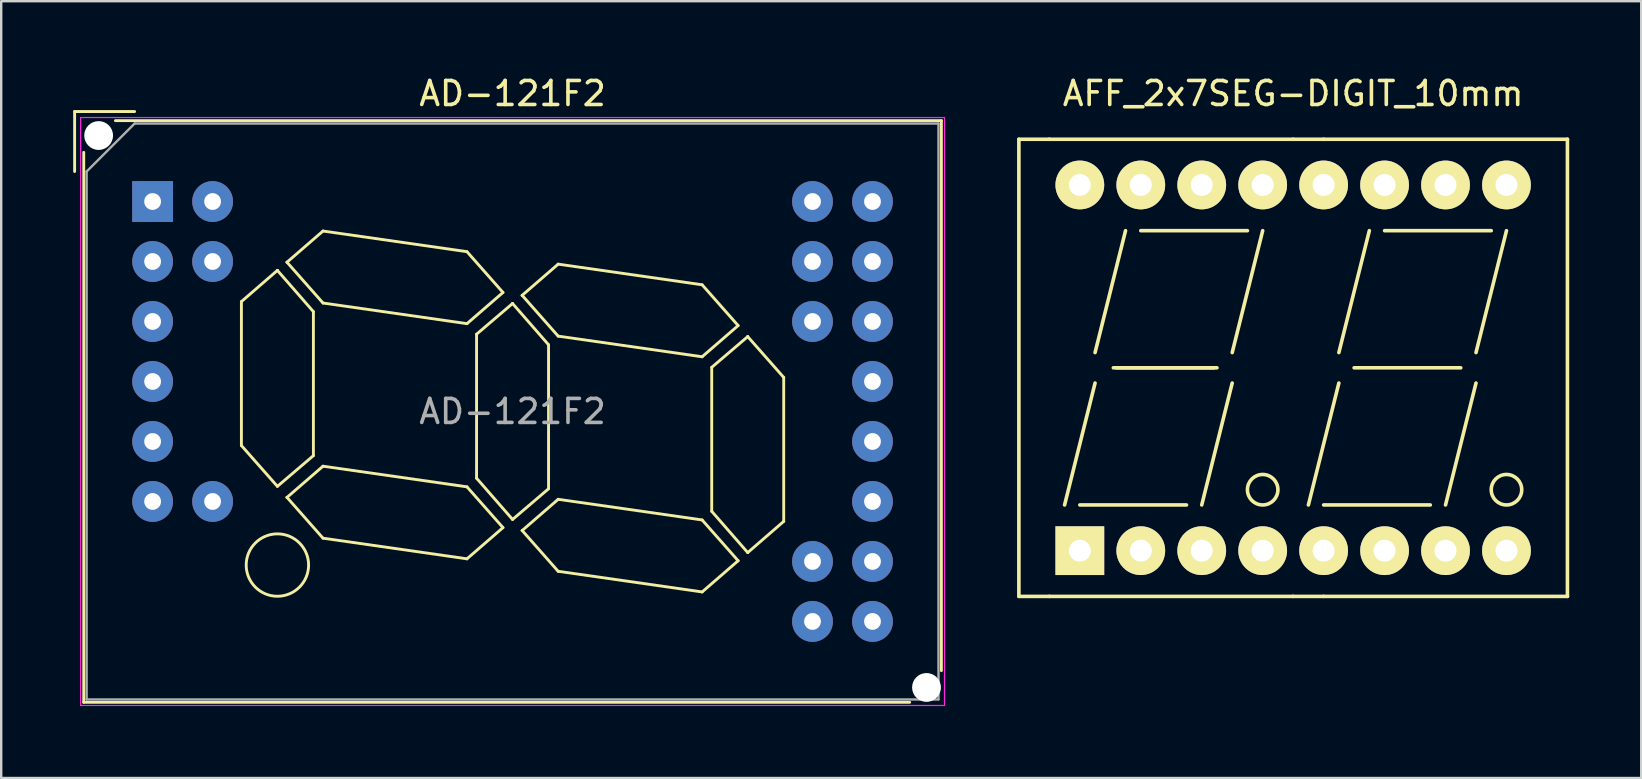
<source format=kicad_pcb>
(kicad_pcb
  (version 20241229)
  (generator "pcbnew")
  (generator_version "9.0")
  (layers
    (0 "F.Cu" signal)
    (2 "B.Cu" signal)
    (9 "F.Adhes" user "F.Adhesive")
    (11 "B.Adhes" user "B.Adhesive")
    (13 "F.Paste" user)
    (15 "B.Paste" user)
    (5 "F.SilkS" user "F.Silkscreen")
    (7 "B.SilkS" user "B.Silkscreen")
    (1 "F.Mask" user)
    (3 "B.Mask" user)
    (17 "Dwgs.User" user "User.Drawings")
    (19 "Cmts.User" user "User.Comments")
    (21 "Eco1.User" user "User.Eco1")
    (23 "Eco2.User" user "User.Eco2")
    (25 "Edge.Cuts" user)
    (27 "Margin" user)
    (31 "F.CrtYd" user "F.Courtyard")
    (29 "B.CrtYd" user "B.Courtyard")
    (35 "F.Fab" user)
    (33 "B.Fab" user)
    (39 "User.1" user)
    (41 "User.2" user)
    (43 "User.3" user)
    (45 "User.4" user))
  (footprint "AD-121F2"
    (layer "F.Cu")
    (at 3.31 5.348)
    (property "Reference" "AD-121F2" (at 15 -4.5 0) (layer "F.SilkS") (effects (font (size 1 1) (thickness 0.15))))
    (attr through_hole)
    (fp_line (start -3.25 -3.75) (end -0.75 -3.75) (stroke (width 0.12) (type solid)) (layer "F.SilkS"))
    (fp_line (start -3.25 -1.25) (end -3.25 -3.75) (stroke (width 0.12) (type solid)) (layer "F.SilkS"))
    (fp_line (start -2.87 20.87) (end -2.87 -2.05) (stroke (width 0.12) (type solid)) (layer "F.SilkS"))
    (fp_line (start -1.55 -3.37) (end 32.87 -3.37) (stroke (width 0.12) (type solid)) (layer "F.SilkS"))
    (fp_line (start 3.7 4.17) (end 5.2 2.87) (stroke (width 0.12) (type solid)) (layer "F.SilkS"))
    (fp_line (start 3.7 10.17) (end 3.7 4.17) (stroke (width 0.12) (type solid)) (layer "F.SilkS"))
    (fp_line (start 5.2 2.87) (end 5.2 2.87) (stroke (width 0.12) (type solid)) (layer "F.SilkS"))
    (fp_line (start 5.2 2.87) (end 6.7 4.59) (stroke (width 0.12) (type solid)) (layer "F.SilkS"))
    (fp_line (start 5.2 11.87) (end 3.7 10.17) (stroke (width 0.12) (type solid)) (layer "F.SilkS"))
    (fp_line (start 5.6 2.53) (end 5.6 2.53) (stroke (width 0.12) (type solid)) (layer "F.SilkS"))
    (fp_line (start 5.6 2.53) (end 7.1 4.23) (stroke (width 0.12) (type solid)) (layer "F.SilkS"))
    (fp_line (start 5.6 12.33) (end 5.6 12.33) (stroke (width 0.12) (type solid)) (layer "F.SilkS"))
    (fp_line (start 5.6 12.33) (end 7.1 14.03) (stroke (width 0.12) (type solid)) (layer "F.SilkS"))
    (fp_line (start 6.7 4.59) (end 6.7 10.59) (stroke (width 0.12) (type solid)) (layer "F.SilkS"))
    (fp_line (start 6.7 10.59) (end 5.2 11.87) (stroke (width 0.12) (type solid)) (layer "F.SilkS"))
    (fp_line (start 7.1 1.23) (end 5.6 2.53) (stroke (width 0.12) (type solid)) (layer "F.SilkS"))
    (fp_line (start 7.1 4.23) (end 13.1 5.09) (stroke (width 0.12) (type solid)) (layer "F.SilkS"))
    (fp_line (start 7.1 11.03) (end 5.6 12.33) (stroke (width 0.12) (type solid)) (layer "F.SilkS"))
    (fp_line (start 7.1 14.03) (end 13.1 14.89) (stroke (width 0.12) (type solid)) (layer "F.SilkS"))
    (fp_line (start 13.1 2.09) (end 7.1 1.23) (stroke (width 0.12) (type solid)) (layer "F.SilkS"))
    (fp_line (start 13.1 5.09) (end 14.6 3.79) (stroke (width 0.12) (type solid)) (layer "F.SilkS"))
    (fp_line (start 13.1 11.89) (end 7.1 11.03) (stroke (width 0.12) (type solid)) (layer "F.SilkS"))
    (fp_line (start 13.1 14.89) (end 14.6 13.59) (stroke (width 0.12) (type solid)) (layer "F.SilkS"))
    (fp_line (start 13.5 5.53) (end 15 4.25) (stroke (width 0.12) (type solid)) (layer "F.SilkS"))
    (fp_line (start 13.5 11.53) (end 13.5 5.53) (stroke (width 0.12) (type solid)) (layer "F.SilkS"))
    (fp_line (start 14.6 3.79) (end 13.1 2.09) (stroke (width 0.12) (type solid)) (layer "F.SilkS"))
    (fp_line (start 14.6 13.59) (end 13.1 11.89) (stroke (width 0.12) (type solid)) (layer "F.SilkS"))
    (fp_line (start 15 4.25) (end 15 4.25) (stroke (width 0.12) (type solid)) (layer "F.SilkS"))
    (fp_line (start 15 4.25) (end 16.5 5.97) (stroke (width 0.12) (type solid)) (layer "F.SilkS"))
    (fp_line (start 15 13.25) (end 13.5 11.53) (stroke (width 0.12) (type solid)) (layer "F.SilkS"))
    (fp_line (start 15.4 3.91) (end 15.4 3.91) (stroke (width 0.12) (type solid)) (layer "F.SilkS"))
    (fp_line (start 15.4 3.91) (end 16.9 5.61) (stroke (width 0.12) (type solid)) (layer "F.SilkS"))
    (fp_line (start 15.4 13.71) (end 15.4 13.71) (stroke (width 0.12) (type solid)) (layer "F.SilkS"))
    (fp_line (start 15.4 13.71) (end 16.9 15.41) (stroke (width 0.12) (type solid)) (layer "F.SilkS"))
    (fp_line (start 16.5 5.97) (end 16.5 11.97) (stroke (width 0.12) (type solid)) (layer "F.SilkS"))
    (fp_line (start 16.5 11.97) (end 15 13.25) (stroke (width 0.12) (type solid)) (layer "F.SilkS"))
    (fp_line (start 16.9 2.61) (end 15.4 3.91) (stroke (width 0.12) (type solid)) (layer "F.SilkS"))
    (fp_line (start 16.9 5.61) (end 22.9 6.47) (stroke (width 0.12) (type solid)) (layer "F.SilkS"))
    (fp_line (start 16.9 12.41) (end 15.4 13.71) (stroke (width 0.12) (type solid)) (layer "F.SilkS"))
    (fp_line (start 16.9 15.41) (end 22.9 16.27) (stroke (width 0.12) (type solid)) (layer "F.SilkS"))
    (fp_line (start 22.9 3.47) (end 16.9 2.61) (stroke (width 0.12) (type solid)) (layer "F.SilkS"))
    (fp_line (start 22.9 6.47) (end 24.4 5.17) (stroke (width 0.12) (type solid)) (layer "F.SilkS"))
    (fp_line (start 22.9 13.27) (end 16.9 12.41) (stroke (width 0.12) (type solid)) (layer "F.SilkS"))
    (fp_line (start 22.9 16.27) (end 24.4 14.97) (stroke (width 0.12) (type solid)) (layer "F.SilkS"))
    (fp_line (start 23.3 6.91) (end 24.8 5.63) (stroke (width 0.12) (type solid)) (layer "F.SilkS"))
    (fp_line (start 23.3 12.91) (end 23.3 6.91) (stroke (width 0.12) (type solid)) (layer "F.SilkS"))
    (fp_line (start 24.4 5.17) (end 22.9 3.47) (stroke (width 0.12) (type solid)) (layer "F.SilkS"))
    (fp_line (start 24.4 14.97) (end 22.9 13.27) (stroke (width 0.12) (type solid)) (layer "F.SilkS"))
    (fp_line (start 24.8 5.63) (end 24.8 5.63) (stroke (width 0.12) (type solid)) (layer "F.SilkS"))
    (fp_line (start 24.8 5.63) (end 26.3 7.33) (stroke (width 0.12) (type solid)) (layer "F.SilkS"))
    (fp_line (start 24.8 14.63) (end 23.3 12.91) (stroke (width 0.12) (type solid)) (layer "F.SilkS"))
    (fp_line (start 26.3 7.33) (end 26.3 13.33) (stroke (width 0.12) (type solid)) (layer "F.SilkS"))
    (fp_line (start 26.3 13.33) (end 24.8 14.63) (stroke (width 0.12) (type solid)) (layer "F.SilkS"))
    (fp_line (start 31.55 20.87) (end -2.87 20.87) (stroke (width 0.12) (type solid)) (layer "F.SilkS"))
    (fp_line (start 32.87 -3.37) (end 32.87 19.55) (stroke (width 0.12) (type solid)) (layer "F.SilkS"))
    (fp_circle (center 5.2 15.15) (end 6.5 15.15) (stroke (width 0.12) (type solid)) (fill no) (layer "F.SilkS"))
    (fp_line (start -3 -3.5) (end -3 21) (stroke (width 0.05) (type solid)) (layer "F.CrtYd"))
    (fp_line (start -3 21) (end 33 21) (stroke (width 0.05) (type solid)) (layer "F.CrtYd"))
    (fp_line (start 33 -3.5) (end -3 -3.5) (stroke (width 0.05) (type solid)) (layer "F.CrtYd"))
    (fp_line (start 33 21) (end 33 -3.5) (stroke (width 0.05) (type solid)) (layer "F.CrtYd"))
    (fp_line (start -2.75 -1.25) (end -0.75 -3.25) (stroke (width 0.1) (type solid)) (layer "F.Fab"))
    (fp_line (start -2.75 20.75) (end -2.75 -1.25) (stroke (width 0.1) (type solid)) (layer "F.Fab"))
    (fp_line (start -0.75 -3.25) (end 32.75 -3.25) (stroke (width 0.1) (type solid)) (layer "F.Fab"))
    (fp_line (start 32.75 -3.25) (end 32.75 20.75) (stroke (width 0.1) (type solid)) (layer "F.Fab"))
    (fp_line (start 32.75 20.75) (end -2.75 20.75) (stroke (width 0.1) (type solid)) (layer "F.Fab"))
    (fp_text user "${REFERENCE}" (at 15 8.75 0) (layer "F.Fab") (effects (font (size 1 1) (thickness 0.15))))
    (pad "" np_thru_hole circle (at -2.25 -2.75) (size 1.2 1.2) (drill 1.2) (layers "*.Cu" "*.Mask"))
    (pad "" np_thru_hole circle (at 32.25 20.25) (size 1.2 1.2) (drill 1.2) (layers "*.Cu" "*.Mask"))
    (pad "1" thru_hole rect (at 0 0) (size 1.7 1.7) (drill 0.7) (layers "*.Cu" "*.Mask"))
    (pad "2" thru_hole circle (at 0 2.5) (size 1.7 1.7) (drill 0.7) (layers "*.Cu" "*.Mask"))
    (pad "3" thru_hole circle (at 0 5) (size 1.7 1.7) (drill 0.7) (layers "*.Cu" "*.Mask"))
    (pad "4" thru_hole circle (at 0 7.5) (size 1.7 1.7) (drill 0.7) (layers "*.Cu" "*.Mask"))
    (pad "5" thru_hole circle (at 0 10) (size 1.7 1.7) (drill 0.7) (layers "*.Cu" "*.Mask"))
    (pad "6" thru_hole circle (at 0 12.5) (size 1.7 1.7) (drill 0.7) (layers "*.Cu" "*.Mask"))
    (pad "9" thru_hole circle (at 2.5 0) (size 1.7 1.7) (drill 0.7) (layers "*.Cu" "*.Mask"))
    (pad "10" thru_hole circle (at 2.5 2.5) (size 1.7 1.7) (drill 0.7) (layers "*.Cu" "*.Mask"))
    (pad "11" thru_hole circle (at 2.5 12.5) (size 1.7 1.7) (drill 0.7) (layers "*.Cu" "*.Mask"))
    (pad "13" thru_hole circle (at 27.5 0) (size 1.7 1.7) (drill 0.7) (layers "*.Cu" "*.Mask"))
    (pad "14" thru_hole circle (at 27.5 2.5) (size 1.7 1.7) (drill 0.7) (layers "*.Cu" "*.Mask"))
    (pad "15" thru_hole circle (at 27.5 5) (size 1.7 1.7) (drill 0.7) (layers "*.Cu" "*.Mask"))
    (pad "16" thru_hole circle (at 27.5 15) (size 1.7 1.7) (drill 0.7) (layers "*.Cu" "*.Mask"))
    (pad "17" thru_hole circle (at 27.5 17.5) (size 1.7 1.7) (drill 0.7) (layers "*.Cu" "*.Mask"))
    (pad "18" thru_hole circle (at 30 0) (size 1.7 1.7) (drill 0.7) (layers "*.Cu" "*.Mask"))
    (pad "19" thru_hole circle (at 30 2.5) (size 1.7 1.7) (drill 0.7) (layers "*.Cu" "*.Mask"))
    (pad "20" thru_hole circle (at 30 5) (size 1.7 1.7) (drill 0.7) (layers "*.Cu" "*.Mask"))
    (pad "21" thru_hole circle (at 30 7.5) (size 1.7 1.7) (drill 0.7) (layers "*.Cu" "*.Mask"))
    (pad "22" thru_hole circle (at 30 10) (size 1.7 1.7) (drill 0.7) (layers "*.Cu" "*.Mask"))
    (pad "23" thru_hole circle (at 30 12.5) (size 1.7 1.7) (drill 0.7) (layers "*.Cu" "*.Mask"))
    (pad "24" thru_hole circle (at 30 15) (size 1.7 1.7) (drill 0.7) (layers "*.Cu" "*.Mask"))
    (pad "25" thru_hole circle (at 30 17.5) (size 1.7 1.7) (drill 0.7) (layers "*.Cu" "*.Mask")))
  (footprint "AFF_2x7SEG-DIGIT_10mm"
    (layer "F.Cu")
    (at 50.84 12.278)
    (property "Reference" "AFF_2x7SEG-DIGIT_10mm" (at 0 -11.43 0) (layer "F.SilkS") (effects (font (size 1 1) (thickness 0.15))))
    (attr through_hole)
    (fp_line (start -11.43 -9.525) (end -11.43 9.525) (stroke (width 0.15) (type solid)) (layer "F.SilkS"))
    (fp_line (start -11.43 9.525) (end -10.16 9.525) (stroke (width 0.15) (type solid)) (layer "F.SilkS"))
    (fp_line (start -10.16 -9.525) (end -11.43 -9.525) (stroke (width 0.15) (type solid)) (layer "F.SilkS"))
    (fp_line (start -10.16 9.525) (end 0 9.525) (stroke (width 0.15) (type solid)) (layer "F.SilkS"))
    (fp_line (start -8.89 5.715) (end -4.445 5.715) (stroke (width 0.15) (type solid)) (layer "F.SilkS"))
    (fp_line (start -8.255 -0.635) (end -6.985 -5.715) (stroke (width 0.15) (type solid)) (layer "F.SilkS"))
    (fp_line (start -8.255 0.635) (end -9.525 5.715) (stroke (width 0.15) (type solid)) (layer "F.SilkS"))
    (fp_line (start -7.493 0) (end -3.175 0) (stroke (width 0.15) (type solid)) (layer "F.SilkS"))
    (fp_line (start -7.366 0) (end -3.302 0) (stroke (width 0.15) (type solid)) (layer "F.SilkS"))
    (fp_line (start -6.35 -5.715) (end -1.905 -5.715) (stroke (width 0.15) (type solid)) (layer "F.SilkS"))
    (fp_line (start -2.54 -0.635) (end -1.27 -5.715) (stroke (width 0.15) (type solid)) (layer "F.SilkS"))
    (fp_line (start -2.54 0.635) (end -3.81 5.715) (stroke (width 0.15) (type solid)) (layer "F.SilkS"))
    (fp_line (start 0 -9.525) (end -10.16 -9.525) (stroke (width 0.15) (type solid)) (layer "F.SilkS"))
    (fp_line (start 0 9.525) (end 1.27 9.525) (stroke (width 0.15) (type solid)) (layer "F.SilkS"))
    (fp_line (start 0.635 5.715) (end 1.905 0.635) (stroke (width 0.15) (type solid)) (layer "F.SilkS"))
    (fp_line (start 1.27 -9.525) (end 0 -9.525) (stroke (width 0.15) (type solid)) (layer "F.SilkS"))
    (fp_line (start 1.27 -9.525) (end 11.43 -9.525) (stroke (width 0.15) (type solid)) (layer "F.SilkS"))
    (fp_line (start 1.27 5.715) (end 5.715 5.715) (stroke (width 0.15) (type solid)) (layer "F.SilkS"))
    (fp_line (start 1.905 -0.635) (end 3.175 -5.715) (stroke (width 0.15) (type solid)) (layer "F.SilkS"))
    (fp_line (start 2.54 0) (end 6.985 0) (stroke (width 0.15) (type solid)) (layer "F.SilkS"))
    (fp_line (start 3.81 -5.715) (end 8.255 -5.715) (stroke (width 0.15) (type solid)) (layer "F.SilkS"))
    (fp_line (start 7.62 -0.635) (end 8.89 -5.715) (stroke (width 0.15) (type solid)) (layer "F.SilkS"))
    (fp_line (start 7.62 0.635) (end 6.35 5.715) (stroke (width 0.15) (type solid)) (layer "F.SilkS"))
    (fp_line (start 11.43 -9.525) (end 11.43 9.525) (stroke (width 0.15) (type solid)) (layer "F.SilkS"))
    (fp_line (start 11.43 9.525) (end 1.27 9.525) (stroke (width 0.15) (type solid)) (layer "F.SilkS"))
    (fp_circle (center -1.27 5.08) (end -0.635 5.08) (stroke (width 0.15) (type solid)) (fill no) (layer "F.SilkS"))
    (fp_circle (center 8.89 5.08) (end 9.525 5.08) (stroke (width 0.15) (type solid)) (fill no) (layer "F.SilkS"))
    (pad "1" thru_hole rect (at -8.89 7.62) (size 2.032 2.032) (drill 0.914) (layers "*.Cu" "*.Mask" "F.SilkS"))
    (pad "2" thru_hole circle (at -6.35 7.62) (size 2.032 2.032) (drill 0.914) (layers "*.Cu" "*.Mask" "F.SilkS"))
    (pad "3" thru_hole circle (at -3.81 7.62) (size 2.032 2.032) (drill 0.914) (layers "*.Cu" "*.Mask" "F.SilkS"))
    (pad "4" thru_hole circle (at -1.27 7.62) (size 2.032 2.032) (drill 0.914) (layers "*.Cu" "*.Mask" "F.SilkS"))
    (pad "5" thru_hole circle (at 1.27 7.62) (size 2.032 2.032) (drill 0.914) (layers "*.Cu" "*.Mask" "F.SilkS"))
    (pad "6" thru_hole circle (at 3.81 7.62) (size 2.032 2.032) (drill 0.914) (layers "*.Cu" "*.Mask" "F.SilkS"))
    (pad "7" thru_hole circle (at 6.35 7.62) (size 2.032 2.032) (drill 0.914) (layers "*.Cu" "*.Mask" "F.SilkS"))
    (pad "8" thru_hole circle (at 8.89 7.62) (size 2.032 2.032) (drill 0.914) (layers "*.Cu" "*.Mask" "F.SilkS"))
    (pad "9" thru_hole circle (at 8.89 -7.62) (size 2.032 2.032) (drill 0.914) (layers "*.Cu" "*.Mask" "F.SilkS"))
    (pad "10" thru_hole circle (at 6.35 -7.62) (size 2.032 2.032) (drill 0.914) (layers "*.Cu" "*.Mask" "F.SilkS"))
    (pad "11" thru_hole circle (at 3.81 -7.62) (size 2.032 2.032) (drill 0.914) (layers "*.Cu" "*.Mask" "F.SilkS"))
    (pad "12" thru_hole circle (at 1.27 -7.62) (size 2.032 2.032) (drill 0.914) (layers "*.Cu" "*.Mask" "F.SilkS"))
    (pad "13" thru_hole circle (at -1.27 -7.62) (size 2.032 2.032) (drill 0.914) (layers "*.Cu" "*.Mask" "F.SilkS"))
    (pad "14" thru_hole circle (at -3.81 -7.62) (size 2.032 2.032) (drill 0.914) (layers "*.Cu" "*.Mask" "F.SilkS"))
    (pad "15" thru_hole circle (at -6.35 -7.62) (size 2.032 2.032) (drill 0.914) (layers "*.Cu" "*.Mask" "F.SilkS"))
    (pad "16" thru_hole circle (at -8.89 -7.62) (size 2.032 2.032) (drill 0.914) (layers "*.Cu" "*.Mask" "F.SilkS")))
  (gr_rect
    (start -3 -3)
    (end 65.345 29.373)
    (stroke (width 0.1) (type default))
    (fill no)
    (layer "Edge.Cuts")))
</source>
